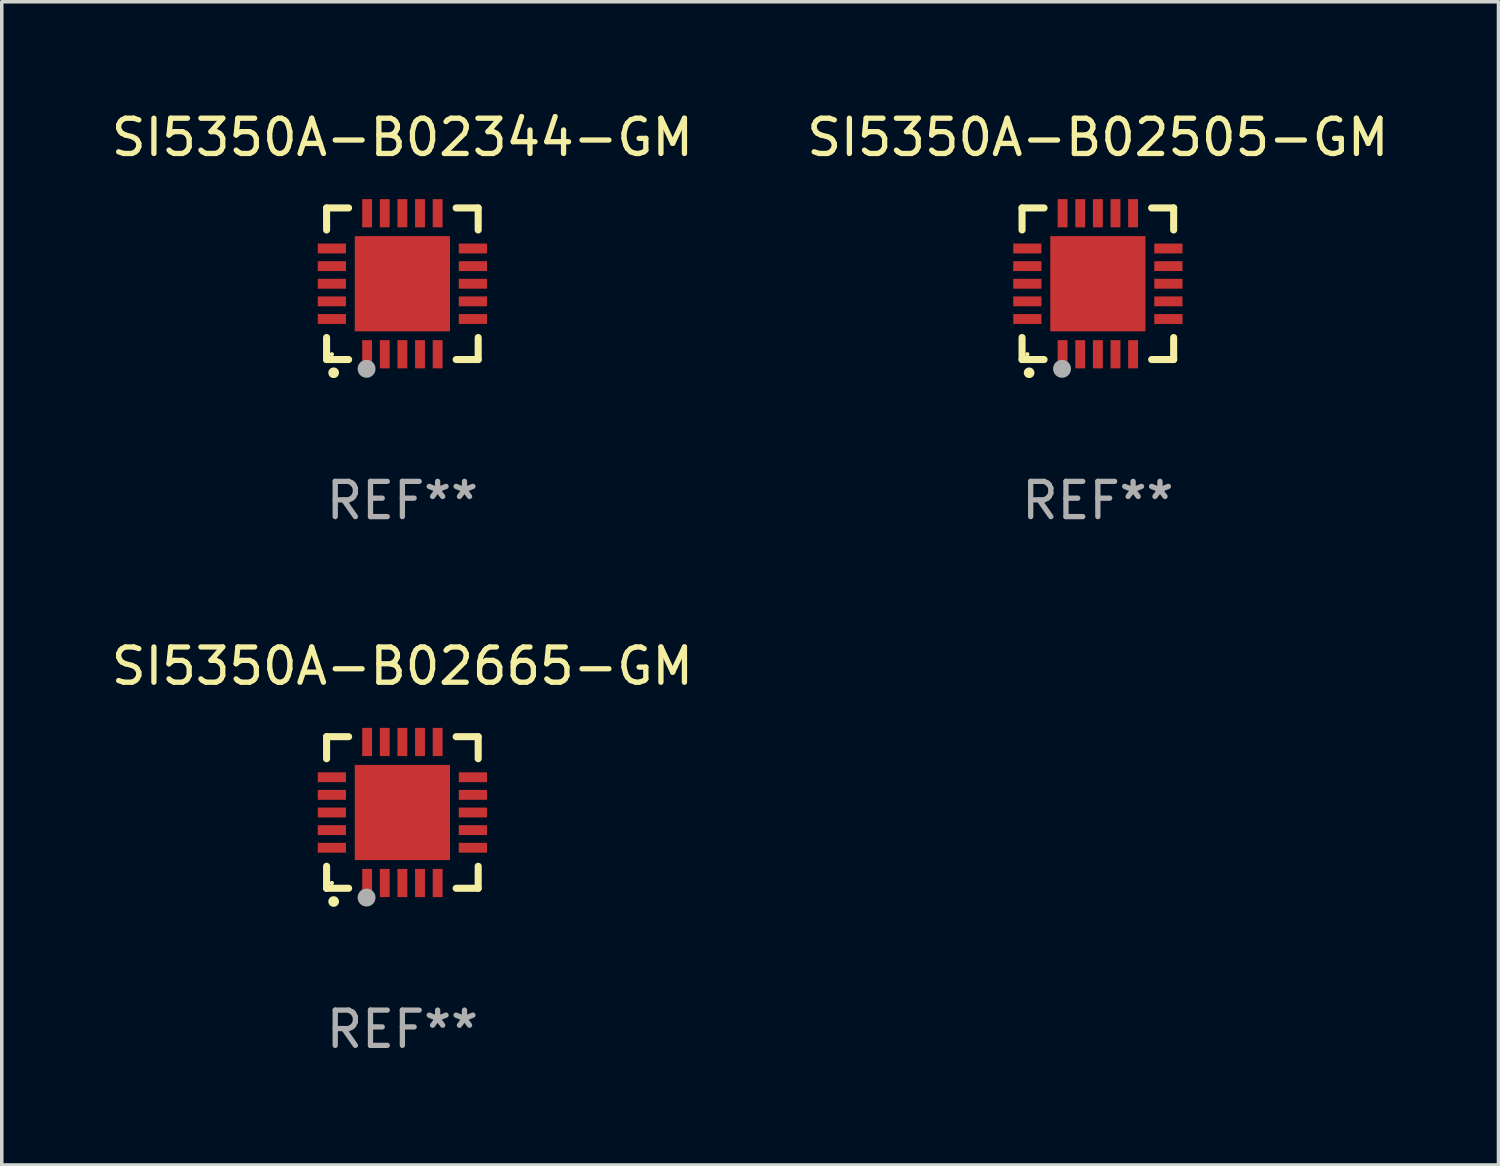
<source format=kicad_pcb>
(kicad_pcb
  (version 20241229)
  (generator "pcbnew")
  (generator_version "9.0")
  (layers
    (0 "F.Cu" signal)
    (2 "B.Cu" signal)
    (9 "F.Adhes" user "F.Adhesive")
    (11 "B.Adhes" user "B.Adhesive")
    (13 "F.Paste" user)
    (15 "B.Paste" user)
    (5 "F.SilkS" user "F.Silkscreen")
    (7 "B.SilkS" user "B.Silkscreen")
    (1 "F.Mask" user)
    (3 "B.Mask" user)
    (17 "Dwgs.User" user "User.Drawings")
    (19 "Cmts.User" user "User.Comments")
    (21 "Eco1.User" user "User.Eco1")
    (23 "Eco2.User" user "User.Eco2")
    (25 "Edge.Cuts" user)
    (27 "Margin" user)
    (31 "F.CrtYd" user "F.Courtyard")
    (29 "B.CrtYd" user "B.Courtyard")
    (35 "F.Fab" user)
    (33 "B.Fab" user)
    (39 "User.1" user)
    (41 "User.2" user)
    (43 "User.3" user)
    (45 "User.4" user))
  (footprint "SI5350A-B02344-GM"
    (layer "F.Cu")
    (at 8.363 4.998)
    (property "Reference" "SI5350A-B02344-GM" (at 0 -4.15 0) (layer "F.SilkS") (effects (font (size 1 1) (thickness 0.15))))
    (attr through_hole)
    (fp_line (start -2.15 -2.15) (end -2.15 -1.525) (stroke (width 0.2) (type solid)) (layer "F.SilkS"))
    (fp_line (start -2.15 2.15) (end -2.15 1.525) (stroke (width 0.2) (type solid)) (layer "F.SilkS"))
    (fp_line (start -1.525 -2.15) (end -2.15 -2.15) (stroke (width 0.2) (type solid)) (layer "F.SilkS"))
    (fp_line (start -1.525 2.15) (end -2.15 2.15) (stroke (width 0.2) (type solid)) (layer "F.SilkS"))
    (fp_line (start 1.525 2.15) (end 2.15 2.15) (stroke (width 0.2) (type solid)) (layer "F.SilkS"))
    (fp_line (start 2.15 -2.15) (end 1.525 -2.15) (stroke (width 0.2) (type solid)) (layer "F.SilkS"))
    (fp_line (start 2.15 -1.525) (end 2.15 -2.15) (stroke (width 0.2) (type solid)) (layer "F.SilkS"))
    (fp_line (start 2.15 2.15) (end 2.15 1.525) (stroke (width 0.2) (type solid)) (layer "F.SilkS"))
    (fp_arc (start -1.950724 2.524765) (mid -1.949454 2.52476) (end -1.948184 2.524765) (stroke (width 0.3) (type solid)) (layer "F.SilkS"))
    (fp_circle (center -2 2) (end -1.97 2) (stroke (width 0.06) (type solid)) (fill no) (layer "F.SilkS"))
    (fp_circle (center -1.016 2.413) (end -0.889 2.413) (stroke (width 0.254) (type solid)) (fill no) (layer "F.Fab"))
    (fp_text user "REF**" (at 0 6.15 0) (layer "F.Fab") (effects (font (size 1 1) (thickness 0.15))))
    (pad "1" smd rect (at -1 2) (size 0.28 0.8) (layers "F.Cu" "F.Mask" "F.Paste"))
    (pad "2" smd rect (at -0.5 2) (size 0.28 0.8) (layers "F.Cu" "F.Mask" "F.Paste"))
    (pad "3" smd rect (at 0 2) (size 0.28 0.8) (layers "F.Cu" "F.Mask" "F.Paste"))
    (pad "4" smd rect (at 0.5 2) (size 0.28 0.8) (layers "F.Cu" "F.Mask" "F.Paste"))
    (pad "5" smd rect (at 1 2) (size 0.28 0.8) (layers "F.Cu" "F.Mask" "F.Paste"))
    (pad "6" smd rect (at 2 1) (size 0.8 0.28) (layers "F.Cu" "F.Mask" "F.Paste"))
    (pad "7" smd rect (at 2 0.5) (size 0.8 0.28) (layers "F.Cu" "F.Mask" "F.Paste"))
    (pad "8" smd rect (at 2 0) (size 0.8 0.28) (layers "F.Cu" "F.Mask" "F.Paste"))
    (pad "9" smd rect (at 2 -0.5) (size 0.8 0.28) (layers "F.Cu" "F.Mask" "F.Paste"))
    (pad "10" smd rect (at 2 -1) (size 0.8 0.28) (layers "F.Cu" "F.Mask" "F.Paste"))
    (pad "11" smd rect (at 1 -2) (size 0.28 0.8) (layers "F.Cu" "F.Mask" "F.Paste"))
    (pad "12" smd rect (at 0.5 -2) (size 0.28 0.8) (layers "F.Cu" "F.Mask" "F.Paste"))
    (pad "13" smd rect (at 0 -2) (size 0.28 0.8) (layers "F.Cu" "F.Mask" "F.Paste"))
    (pad "14" smd rect (at -0.5 -2) (size 0.28 0.8) (layers "F.Cu" "F.Mask" "F.Paste"))
    (pad "15" smd rect (at -1 -2) (size 0.28 0.8) (layers "F.Cu" "F.Mask" "F.Paste"))
    (pad "16" smd rect (at -2 -1) (size 0.8 0.28) (layers "F.Cu" "F.Mask" "F.Paste"))
    (pad "17" smd rect (at -2 -0.5) (size 0.8 0.28) (layers "F.Cu" "F.Mask" "F.Paste"))
    (pad "18" smd rect (at -2 0) (size 0.8 0.28) (layers "F.Cu" "F.Mask" "F.Paste"))
    (pad "19" smd rect (at -2 0.5) (size 0.8 0.28) (layers "F.Cu" "F.Mask" "F.Paste"))
    (pad "20" smd rect (at -2 1) (size 0.8 0.28) (layers "F.Cu" "F.Mask" "F.Paste"))
    (pad "21" smd rect (at 0 0) (size 2.7 2.7) (layers "F.Cu" "F.Mask" "F.Paste")))
  (footprint "SI5350A-B02505-GM"
    (layer "F.Cu")
    (at 28.089 4.998)
    (property "Reference" "SI5350A-B02505-GM" (at 0 -4.15 0) (layer "F.SilkS") (effects (font (size 1 1) (thickness 0.15))))
    (attr through_hole)
    (fp_line (start -2.15 -2.15) (end -2.15 -1.525) (stroke (width 0.2) (type solid)) (layer "F.SilkS"))
    (fp_line (start -2.15 2.15) (end -2.15 1.525) (stroke (width 0.2) (type solid)) (layer "F.SilkS"))
    (fp_line (start -1.525 -2.15) (end -2.15 -2.15) (stroke (width 0.2) (type solid)) (layer "F.SilkS"))
    (fp_line (start -1.525 2.15) (end -2.15 2.15) (stroke (width 0.2) (type solid)) (layer "F.SilkS"))
    (fp_line (start 1.525 2.15) (end 2.15 2.15) (stroke (width 0.2) (type solid)) (layer "F.SilkS"))
    (fp_line (start 2.15 -2.15) (end 1.525 -2.15) (stroke (width 0.2) (type solid)) (layer "F.SilkS"))
    (fp_line (start 2.15 -1.525) (end 2.15 -2.15) (stroke (width 0.2) (type solid)) (layer "F.SilkS"))
    (fp_line (start 2.15 2.15) (end 2.15 1.525) (stroke (width 0.2) (type solid)) (layer "F.SilkS"))
    (fp_arc (start -1.950724 2.524765) (mid -1.949454 2.52476) (end -1.948184 2.524765) (stroke (width 0.3) (type solid)) (layer "F.SilkS"))
    (fp_circle (center -2 2) (end -1.97 2) (stroke (width 0.06) (type solid)) (fill no) (layer "F.SilkS"))
    (fp_circle (center -1.016 2.413) (end -0.889 2.413) (stroke (width 0.254) (type solid)) (fill no) (layer "F.Fab"))
    (fp_text user "REF**" (at 0 6.15 0) (layer "F.Fab") (effects (font (size 1 1) (thickness 0.15))))
    (pad "1" smd rect (at -1 2) (size 0.28 0.8) (layers "F.Cu" "F.Mask" "F.Paste"))
    (pad "2" smd rect (at -0.5 2) (size 0.28 0.8) (layers "F.Cu" "F.Mask" "F.Paste"))
    (pad "3" smd rect (at 0 2) (size 0.28 0.8) (layers "F.Cu" "F.Mask" "F.Paste"))
    (pad "4" smd rect (at 0.5 2) (size 0.28 0.8) (layers "F.Cu" "F.Mask" "F.Paste"))
    (pad "5" smd rect (at 1 2) (size 0.28 0.8) (layers "F.Cu" "F.Mask" "F.Paste"))
    (pad "6" smd rect (at 2 1) (size 0.8 0.28) (layers "F.Cu" "F.Mask" "F.Paste"))
    (pad "7" smd rect (at 2 0.5) (size 0.8 0.28) (layers "F.Cu" "F.Mask" "F.Paste"))
    (pad "8" smd rect (at 2 0) (size 0.8 0.28) (layers "F.Cu" "F.Mask" "F.Paste"))
    (pad "9" smd rect (at 2 -0.5) (size 0.8 0.28) (layers "F.Cu" "F.Mask" "F.Paste"))
    (pad "10" smd rect (at 2 -1) (size 0.8 0.28) (layers "F.Cu" "F.Mask" "F.Paste"))
    (pad "11" smd rect (at 1 -2) (size 0.28 0.8) (layers "F.Cu" "F.Mask" "F.Paste"))
    (pad "12" smd rect (at 0.5 -2) (size 0.28 0.8) (layers "F.Cu" "F.Mask" "F.Paste"))
    (pad "13" smd rect (at 0 -2) (size 0.28 0.8) (layers "F.Cu" "F.Mask" "F.Paste"))
    (pad "14" smd rect (at -0.5 -2) (size 0.28 0.8) (layers "F.Cu" "F.Mask" "F.Paste"))
    (pad "15" smd rect (at -1 -2) (size 0.28 0.8) (layers "F.Cu" "F.Mask" "F.Paste"))
    (pad "16" smd rect (at -2 -1) (size 0.8 0.28) (layers "F.Cu" "F.Mask" "F.Paste"))
    (pad "17" smd rect (at -2 -0.5) (size 0.8 0.28) (layers "F.Cu" "F.Mask" "F.Paste"))
    (pad "18" smd rect (at -2 0) (size 0.8 0.28) (layers "F.Cu" "F.Mask" "F.Paste"))
    (pad "19" smd rect (at -2 0.5) (size 0.8 0.28) (layers "F.Cu" "F.Mask" "F.Paste"))
    (pad "20" smd rect (at -2 1) (size 0.8 0.28) (layers "F.Cu" "F.Mask" "F.Paste"))
    (pad "21" smd rect (at 0 0) (size 2.7 2.7) (layers "F.Cu" "F.Mask" "F.Paste")))
  (footprint "SI5350A-B02665-GM"
    (layer "F.Cu")
    (at 8.363 19.995)
    (property "Reference" "SI5350A-B02665-GM" (at 0 -4.15 0) (layer "F.SilkS") (effects (font (size 1 1) (thickness 0.15))))
    (attr through_hole)
    (fp_line (start -2.15 -2.15) (end -2.15 -1.525) (stroke (width 0.2) (type solid)) (layer "F.SilkS"))
    (fp_line (start -2.15 2.15) (end -2.15 1.525) (stroke (width 0.2) (type solid)) (layer "F.SilkS"))
    (fp_line (start -1.525 -2.15) (end -2.15 -2.15) (stroke (width 0.2) (type solid)) (layer "F.SilkS"))
    (fp_line (start -1.525 2.15) (end -2.15 2.15) (stroke (width 0.2) (type solid)) (layer "F.SilkS"))
    (fp_line (start 1.525 2.15) (end 2.15 2.15) (stroke (width 0.2) (type solid)) (layer "F.SilkS"))
    (fp_line (start 2.15 -2.15) (end 1.525 -2.15) (stroke (width 0.2) (type solid)) (layer "F.SilkS"))
    (fp_line (start 2.15 -1.525) (end 2.15 -2.15) (stroke (width 0.2) (type solid)) (layer "F.SilkS"))
    (fp_line (start 2.15 2.15) (end 2.15 1.525) (stroke (width 0.2) (type solid)) (layer "F.SilkS"))
    (fp_arc (start -1.950724 2.524765) (mid -1.949454 2.52476) (end -1.948184 2.524765) (stroke (width 0.3) (type solid)) (layer "F.SilkS"))
    (fp_circle (center -2 2) (end -1.97 2) (stroke (width 0.06) (type solid)) (fill no) (layer "F.SilkS"))
    (fp_circle (center -1.016 2.413) (end -0.889 2.413) (stroke (width 0.254) (type solid)) (fill no) (layer "F.Fab"))
    (fp_text user "REF**" (at 0 6.15 0) (layer "F.Fab") (effects (font (size 1 1) (thickness 0.15))))
    (pad "1" smd rect (at -1 2) (size 0.28 0.8) (layers "F.Cu" "F.Mask" "F.Paste"))
    (pad "2" smd rect (at -0.5 2) (size 0.28 0.8) (layers "F.Cu" "F.Mask" "F.Paste"))
    (pad "3" smd rect (at 0 2) (size 0.28 0.8) (layers "F.Cu" "F.Mask" "F.Paste"))
    (pad "4" smd rect (at 0.5 2) (size 0.28 0.8) (layers "F.Cu" "F.Mask" "F.Paste"))
    (pad "5" smd rect (at 1 2) (size 0.28 0.8) (layers "F.Cu" "F.Mask" "F.Paste"))
    (pad "6" smd rect (at 2 1) (size 0.8 0.28) (layers "F.Cu" "F.Mask" "F.Paste"))
    (pad "7" smd rect (at 2 0.5) (size 0.8 0.28) (layers "F.Cu" "F.Mask" "F.Paste"))
    (pad "8" smd rect (at 2 0) (size 0.8 0.28) (layers "F.Cu" "F.Mask" "F.Paste"))
    (pad "9" smd rect (at 2 -0.5) (size 0.8 0.28) (layers "F.Cu" "F.Mask" "F.Paste"))
    (pad "10" smd rect (at 2 -1) (size 0.8 0.28) (layers "F.Cu" "F.Mask" "F.Paste"))
    (pad "11" smd rect (at 1 -2) (size 0.28 0.8) (layers "F.Cu" "F.Mask" "F.Paste"))
    (pad "12" smd rect (at 0.5 -2) (size 0.28 0.8) (layers "F.Cu" "F.Mask" "F.Paste"))
    (pad "13" smd rect (at 0 -2) (size 0.28 0.8) (layers "F.Cu" "F.Mask" "F.Paste"))
    (pad "14" smd rect (at -0.5 -2) (size 0.28 0.8) (layers "F.Cu" "F.Mask" "F.Paste"))
    (pad "15" smd rect (at -1 -2) (size 0.28 0.8) (layers "F.Cu" "F.Mask" "F.Paste"))
    (pad "16" smd rect (at -2 -1) (size 0.8 0.28) (layers "F.Cu" "F.Mask" "F.Paste"))
    (pad "17" smd rect (at -2 -0.5) (size 0.8 0.28) (layers "F.Cu" "F.Mask" "F.Paste"))
    (pad "18" smd rect (at -2 0) (size 0.8 0.28) (layers "F.Cu" "F.Mask" "F.Paste"))
    (pad "19" smd rect (at -2 0.5) (size 0.8 0.28) (layers "F.Cu" "F.Mask" "F.Paste"))
    (pad "20" smd rect (at -2 1) (size 0.8 0.28) (layers "F.Cu" "F.Mask" "F.Paste"))
    (pad "21" smd rect (at 0 0) (size 2.7 2.7) (layers "F.Cu" "F.Mask" "F.Paste")))
  (gr_rect
    (start -3 -3)
    (end 39.452 29.993)
    (stroke (width 0.1) (type default))
    (fill no)
    (layer "Edge.Cuts")))
</source>
